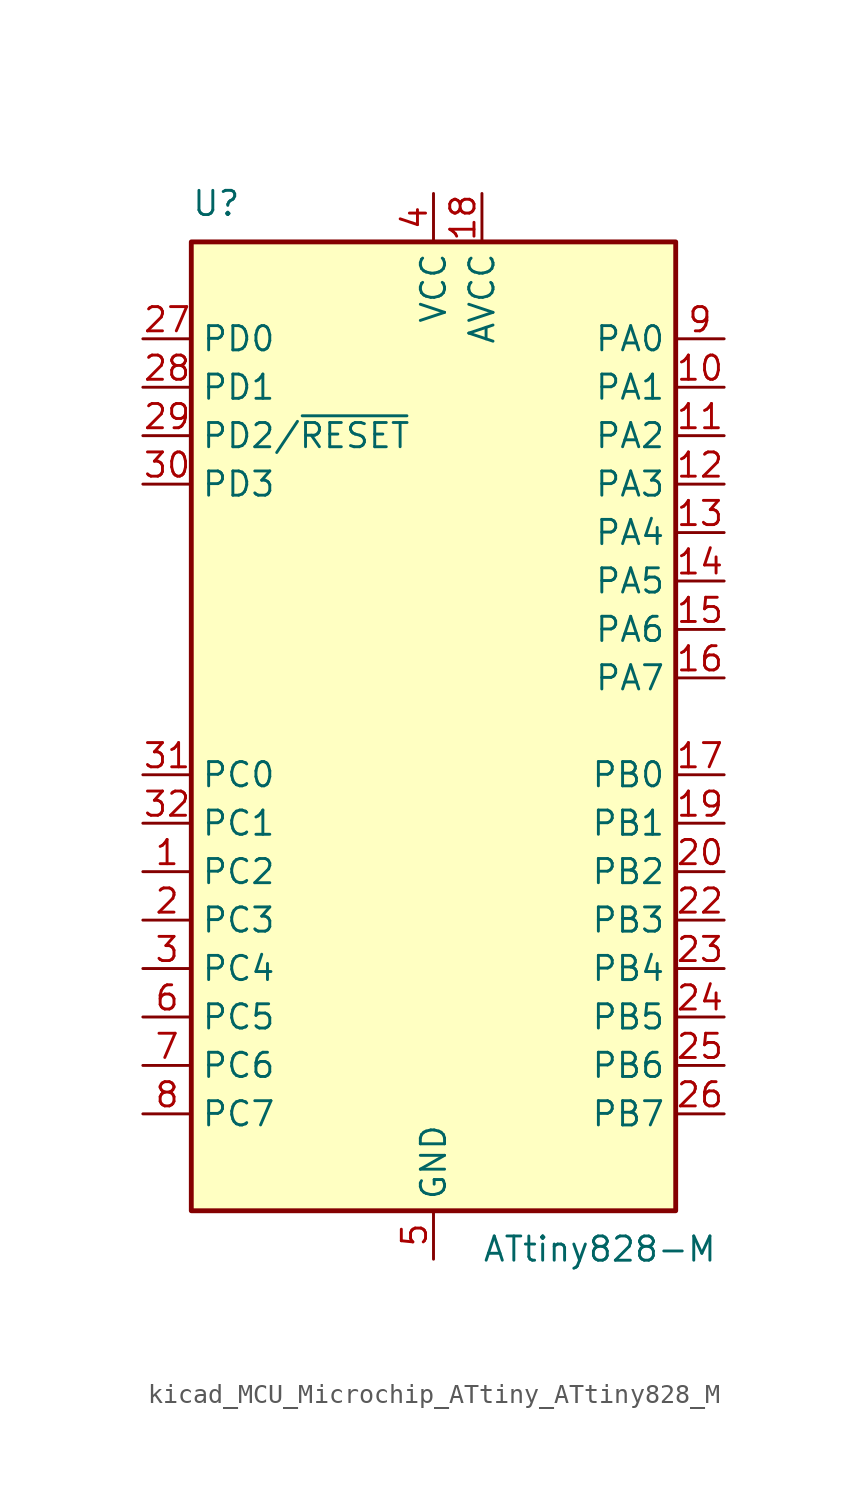
<source format=kicad_sym>
(kicad_symbol_lib
  (version 20220914)
  (generator kicad_symbol_editor)
  (symbol "kicad_MCU_Microchip_ATtiny_ATtiny828_M"
    (property "Reference" "U"
      (at -12.7 26.67 0)
      (effects (font (size 1.27 1.27)) (justify left bottom)))
    (property "Value" "ATtiny828-M"
      (at 2.54 -26.67 0)
      (effects (font (size 1.27 1.27)) (justify left top)))
    (symbol "kicad_MCU_Microchip_ATtiny_ATtiny828_M_0_1"
      (rectangle (start -12.7 -25.4) (end 12.7 25.4) (stroke (width 0.254) (type default)) (fill (type background))))
    (symbol "kicad_MCU_Microchip_ATtiny_ATtiny828_M_1_1"
      (pin bidirectional line (at -15.24 -7.62 0) (length 2.54) (name "PC2" (effects (font (size 1.27 1.27)))) (number "1" (effects (font (size 1.27 1.27)))))
      (pin bidirectional line (at 15.24 17.78 180) (length 2.54) (name "PA1" (effects (font (size 1.27 1.27)))) (number "10" (effects (font (size 1.27 1.27)))))
      (pin bidirectional line (at 15.24 15.24 180) (length 2.54) (name "PA2" (effects (font (size 1.27 1.27)))) (number "11" (effects (font (size 1.27 1.27)))))
      (pin bidirectional line (at 15.24 12.7 180) (length 2.54) (name "PA3" (effects (font (size 1.27 1.27)))) (number "12" (effects (font (size 1.27 1.27)))))
      (pin bidirectional line (at 15.24 10.16 180) (length 2.54) (name "PA4" (effects (font (size 1.27 1.27)))) (number "13" (effects (font (size 1.27 1.27)))))
      (pin bidirectional line (at 15.24 7.62 180) (length 2.54) (name "PA5" (effects (font (size 1.27 1.27)))) (number "14" (effects (font (size 1.27 1.27)))))
      (pin bidirectional line (at 15.24 5.08 180) (length 2.54) (name "PA6" (effects (font (size 1.27 1.27)))) (number "15" (effects (font (size 1.27 1.27)))))
      (pin bidirectional line (at 15.24 2.54 180) (length 2.54) (name "PA7" (effects (font (size 1.27 1.27)))) (number "16" (effects (font (size 1.27 1.27)))))
      (pin bidirectional line (at 15.24 -2.54 180) (length 2.54) (name "PB0" (effects (font (size 1.27 1.27)))) (number "17" (effects (font (size 1.27 1.27)))))
      (pin power_in line (at 2.54 27.94 270) (length 2.54) (name "AVCC" (effects (font (size 1.27 1.27)))) (number "18" (effects (font (size 1.27 1.27)))))
      (pin bidirectional line (at 15.24 -5.08 180) (length 2.54) (name "PB1" (effects (font (size 1.27 1.27)))) (number "19" (effects (font (size 1.27 1.27)))))
      (pin bidirectional line (at -15.24 -10.16 0) (length 2.54) (name "PC3" (effects (font (size 1.27 1.27)))) (number "2" (effects (font (size 1.27 1.27)))))
      (pin bidirectional line (at 15.24 -7.62 180) (length 2.54) (name "PB2" (effects (font (size 1.27 1.27)))) (number "20" (effects (font (size 1.27 1.27)))))
      (pin passive line (at 0 -27.94 90) (length 2.54) hide (name "GND" (effects (font (size 1.27 1.27)))) (number "21" (effects (font (size 1.27 1.27)))))
      (pin bidirectional line (at 15.24 -10.16 180) (length 2.54) (name "PB3" (effects (font (size 1.27 1.27)))) (number "22" (effects (font (size 1.27 1.27)))))
      (pin bidirectional line (at 15.24 -12.7 180) (length 2.54) (name "PB4" (effects (font (size 1.27 1.27)))) (number "23" (effects (font (size 1.27 1.27)))))
      (pin bidirectional line (at 15.24 -15.24 180) (length 2.54) (name "PB5" (effects (font (size 1.27 1.27)))) (number "24" (effects (font (size 1.27 1.27)))))
      (pin bidirectional line (at 15.24 -17.78 180) (length 2.54) (name "PB6" (effects (font (size 1.27 1.27)))) (number "25" (effects (font (size 1.27 1.27)))))
      (pin bidirectional line (at 15.24 -20.32 180) (length 2.54) (name "PB7" (effects (font (size 1.27 1.27)))) (number "26" (effects (font (size 1.27 1.27)))))
      (pin bidirectional line (at -15.24 20.32 0) (length 2.54) (name "PD0" (effects (font (size 1.27 1.27)))) (number "27" (effects (font (size 1.27 1.27)))))
      (pin bidirectional line (at -15.24 17.78 0) (length 2.54) (name "PD1" (effects (font (size 1.27 1.27)))) (number "28" (effects (font (size 1.27 1.27)))))
      (pin bidirectional line (at -15.24 15.24 0) (length 2.54) (name "PD2/~{RESET}" (effects (font (size 1.27 1.27)))) (number "29" (effects (font (size 1.27 1.27)))))
      (pin bidirectional line (at -15.24 -12.7 0) (length 2.54) (name "PC4" (effects (font (size 1.27 1.27)))) (number "3" (effects (font (size 1.27 1.27)))))
      (pin bidirectional line (at -15.24 12.7 0) (length 2.54) (name "PD3" (effects (font (size 1.27 1.27)))) (number "30" (effects (font (size 1.27 1.27)))))
      (pin bidirectional line (at -15.24 -2.54 0) (length 2.54) (name "PC0" (effects (font (size 1.27 1.27)))) (number "31" (effects (font (size 1.27 1.27)))))
      (pin bidirectional line (at -15.24 -5.08 0) (length 2.54) (name "PC1" (effects (font (size 1.27 1.27)))) (number "32" (effects (font (size 1.27 1.27)))))
      (pin passive line (at 0 -27.94 90) (length 2.54) hide (name "GND" (effects (font (size 1.27 1.27)))) (number "33" (effects (font (size 1.27 1.27)))))
      (pin power_in line (at 0 27.94 270) (length 2.54) (name "VCC" (effects (font (size 1.27 1.27)))) (number "4" (effects (font (size 1.27 1.27)))))
      (pin power_in line (at 0 -27.94 90) (length 2.54) (name "GND" (effects (font (size 1.27 1.27)))) (number "5" (effects (font (size 1.27 1.27)))))
      (pin bidirectional line (at -15.24 -15.24 0) (length 2.54) (name "PC5" (effects (font (size 1.27 1.27)))) (number "6" (effects (font (size 1.27 1.27)))))
      (pin bidirectional line (at -15.24 -17.78 0) (length 2.54) (name "PC6" (effects (font (size 1.27 1.27)))) (number "7" (effects (font (size 1.27 1.27)))))
      (pin bidirectional line (at -15.24 -20.32 0) (length 2.54) (name "PC7" (effects (font (size 1.27 1.27)))) (number "8" (effects (font (size 1.27 1.27)))))
      (pin bidirectional line (at 15.24 20.32 180) (length 2.54) (name "PA0" (effects (font (size 1.27 1.27)))) (number "9" (effects (font (size 1.27 1.27))))))))
</source>
